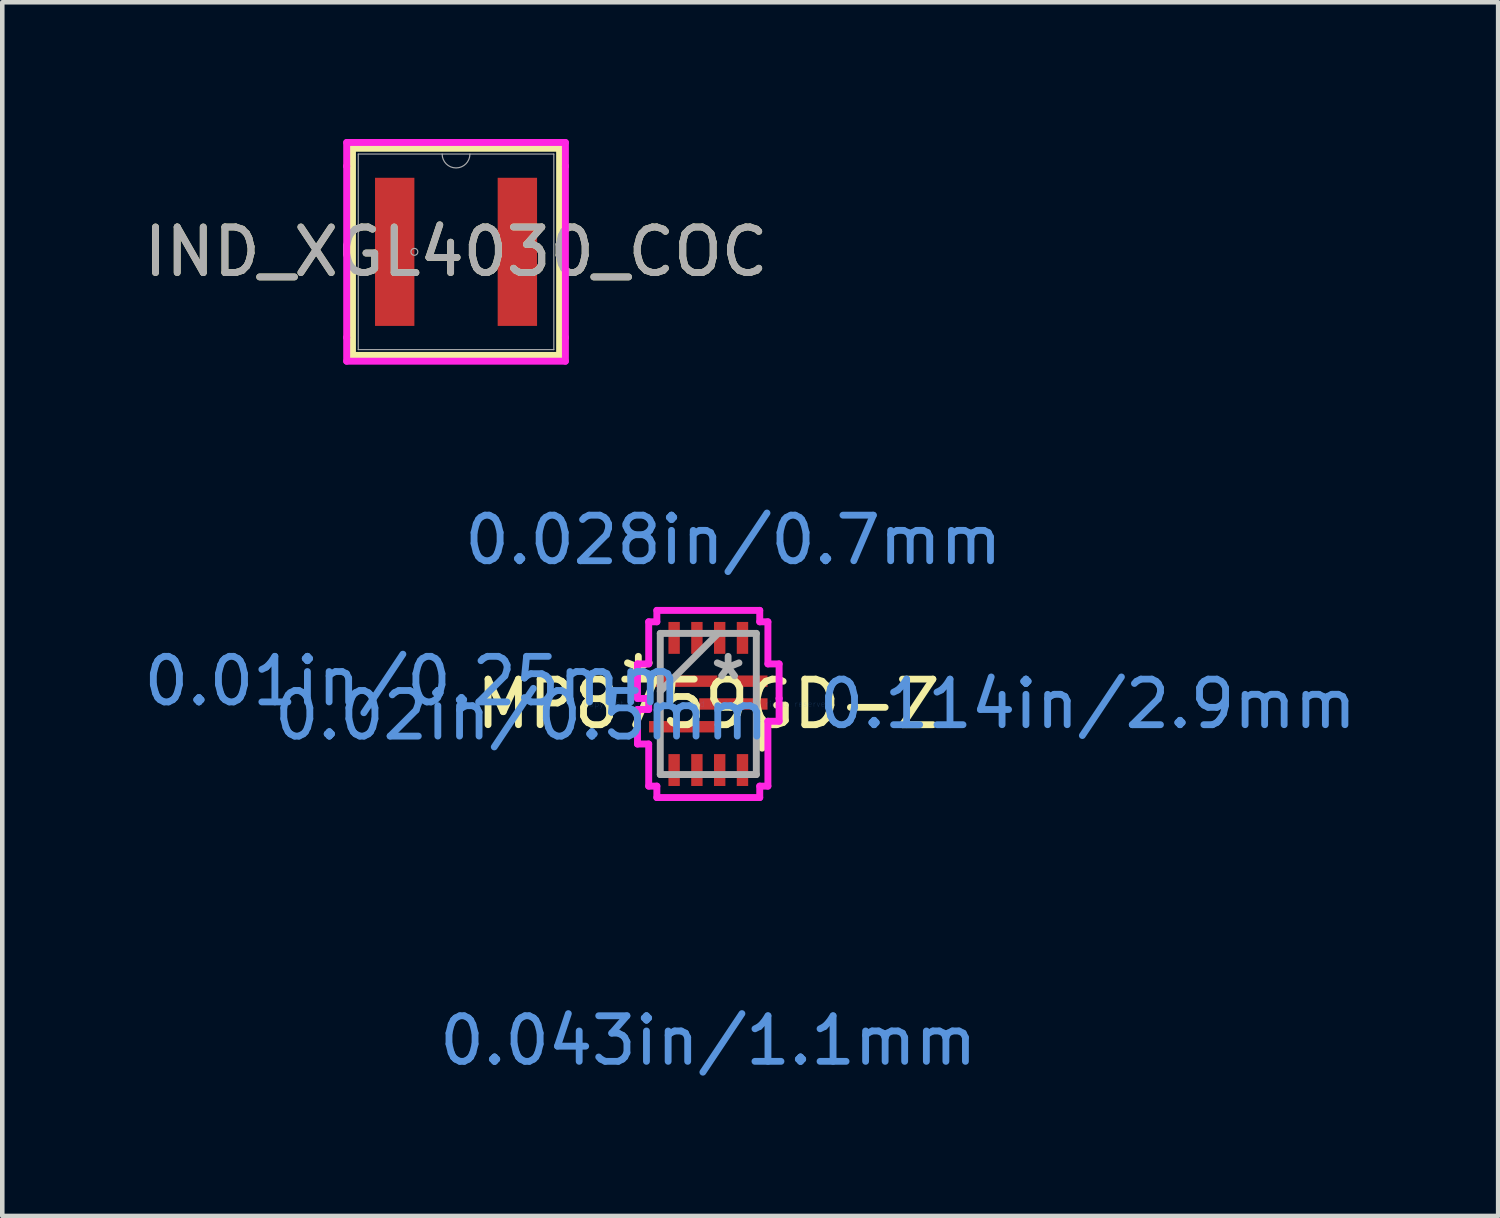
<source format=kicad_pcb>
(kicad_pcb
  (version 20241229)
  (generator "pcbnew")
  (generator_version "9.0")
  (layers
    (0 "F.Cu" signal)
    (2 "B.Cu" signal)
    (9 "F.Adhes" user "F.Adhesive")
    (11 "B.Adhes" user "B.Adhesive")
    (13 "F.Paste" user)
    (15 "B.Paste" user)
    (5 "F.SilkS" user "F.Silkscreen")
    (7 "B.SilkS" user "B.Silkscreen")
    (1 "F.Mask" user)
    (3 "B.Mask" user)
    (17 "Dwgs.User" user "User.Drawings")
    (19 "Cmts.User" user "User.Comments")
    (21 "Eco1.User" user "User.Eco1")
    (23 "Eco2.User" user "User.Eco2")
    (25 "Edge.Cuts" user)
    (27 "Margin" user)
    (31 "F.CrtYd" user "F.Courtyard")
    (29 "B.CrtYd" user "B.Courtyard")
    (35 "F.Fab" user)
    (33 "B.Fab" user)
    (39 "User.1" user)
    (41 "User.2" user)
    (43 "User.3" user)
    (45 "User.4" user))
  (footprint "MP8759GD-Z"
    (layer "F.Cu")
    (at 12.494 12.399)
    (property "Reference" "MP8759GD-Z" (at 0 0 0) (layer "F.SilkS") (effects (font (size 1 1) (thickness 0.15))))
    (attr through_hole)
    (fp_line (start 1.181 0.458) (end 1.181 0.97) (stroke (width 0.152) (type solid)) (layer "F.SilkS"))
    (fp_line (start -1.554 -0.879) (end -1.554 -0.121) (stroke (width 0.152) (type solid)) (layer "F.CrtYd"))
    (fp_line (start -1.554 -0.121) (end -1.308 -0.121) (stroke (width 0.152) (type solid)) (layer "F.CrtYd"))
    (fp_line (start -1.554 0.121) (end -1.554 0.879) (stroke (width 0.152) (type solid)) (layer "F.CrtYd"))
    (fp_line (start -1.554 0.879) (end -1.308 0.879) (stroke (width 0.152) (type solid)) (layer "F.CrtYd"))
    (fp_line (start -1.308 -1.803) (end -1.308 -0.879) (stroke (width 0.152) (type solid)) (layer "F.CrtYd"))
    (fp_line (start -1.308 -0.879) (end -1.554 -0.879) (stroke (width 0.152) (type solid)) (layer "F.CrtYd"))
    (fp_line (start -1.308 -0.121) (end -1.308 0.121) (stroke (width 0.152) (type solid)) (layer "F.CrtYd"))
    (fp_line (start -1.308 0.121) (end -1.554 0.121) (stroke (width 0.152) (type solid)) (layer "F.CrtYd"))
    (fp_line (start -1.308 0.879) (end -1.308 1.803) (stroke (width 0.152) (type solid)) (layer "F.CrtYd"))
    (fp_line (start -1.308 1.803) (end -1.129 1.803) (stroke (width 0.152) (type solid)) (layer "F.CrtYd"))
    (fp_line (start -1.129 -2.054) (end -1.129 -1.803) (stroke (width 0.152) (type solid)) (layer "F.CrtYd"))
    (fp_line (start -1.129 -1.803) (end -1.308 -1.803) (stroke (width 0.152) (type solid)) (layer "F.CrtYd"))
    (fp_line (start -1.129 1.803) (end -1.129 2.054) (stroke (width 0.152) (type solid)) (layer "F.CrtYd"))
    (fp_line (start -1.129 2.054) (end 1.129 2.054) (stroke (width 0.152) (type solid)) (layer "F.CrtYd"))
    (fp_line (start 1.129 -2.054) (end -1.129 -2.054) (stroke (width 0.152) (type solid)) (layer "F.CrtYd"))
    (fp_line (start 1.129 -1.803) (end 1.129 -2.054) (stroke (width 0.152) (type solid)) (layer "F.CrtYd"))
    (fp_line (start 1.129 1.803) (end 1.308 1.803) (stroke (width 0.152) (type solid)) (layer "F.CrtYd"))
    (fp_line (start 1.129 2.054) (end 1.129 1.803) (stroke (width 0.152) (type solid)) (layer "F.CrtYd"))
    (fp_line (start 1.308 -1.803) (end 1.129 -1.803) (stroke (width 0.152) (type solid)) (layer "F.CrtYd"))
    (fp_line (start 1.308 -0.879) (end 1.308 -1.803) (stroke (width 0.152) (type solid)) (layer "F.CrtYd"))
    (fp_line (start 1.308 0.379) (end 1.554 0.379) (stroke (width 0.152) (type solid)) (layer "F.CrtYd"))
    (fp_line (start 1.308 1.803) (end 1.308 0.379) (stroke (width 0.152) (type solid)) (layer "F.CrtYd"))
    (fp_line (start 1.554 -0.879) (end 1.308 -0.879) (stroke (width 0.152) (type solid)) (layer "F.CrtYd"))
    (fp_line (start 1.554 -0.121) (end 1.554 -0.879) (stroke (width 0.152) (type solid)) (layer "F.CrtYd"))
    (fp_line (start 1.554 -0.121) (end 1.554 -0.121) (stroke (width 0.152) (type solid)) (layer "F.CrtYd"))
    (fp_line (start 1.554 0.379) (end 1.554 -0.121) (stroke (width 0.152) (type solid)) (layer "F.CrtYd"))
    (fp_line (start -1.054 -1.549) (end -1.054 1.549) (stroke (width 0.152) (type solid)) (layer "F.Fab"))
    (fp_line (start -1.054 -0.279) (end 0.216 -1.549) (stroke (width 0.152) (type solid)) (layer "F.Fab"))
    (fp_line (start -1.054 1.549) (end 1.054 1.549) (stroke (width 0.152) (type solid)) (layer "F.Fab"))
    (fp_line (start 1.054 -1.549) (end -1.054 -1.549) (stroke (width 0.152) (type solid)) (layer "F.Fab"))
    (fp_line (start 1.054 1.549) (end 1.054 -1.549) (stroke (width 0.152) (type solid)) (layer "F.Fab"))
    (fp_text user "*" (at -1.535 -0.5 0) (layer "F.SilkS") (effects (font (size 1 1) (thickness 0.15))))
    (fp_text user "0.028in/0.7mm" (at 0.55 -3.598 0) (layer "Cmts.User") (effects (font (size 1 1) (thickness 0.15))))
    (fp_text user "0.01in/0.25mm" (at -6.488 -0.5 0) (layer "Cmts.User") (effects (font (size 1 1) (thickness 0.15))))
    (fp_text user "0.02in/0.5mm" (at -4.102 0.25 0) (layer "Cmts.User") (effects (font (size 1 1) (thickness 0.15))))
    (fp_text user "0.043in/1.1mm" (at 0 7.388 0) (layer "Cmts.User") (effects (font (size 1 1) (thickness 0.15))))
    (fp_text user "0.114in/2.9mm" (at 8.328 0 0) (layer "Cmts.User") (effects (font (size 1 1) (thickness 0.15))))
    (fp_text user "Copyright 2016 Accelerated Designs. All rights reserved." (at 0 0 0) (layer "Cmts.User") (effects (font (size 0.127 0.127) (thickness 0.002))))
    (fp_text user "*" (at 0.435 -0.5 0) (layer "F.Fab") (effects (font (size 1 1) (thickness 0.15))))
    (pad "1" smd rect (at -0.55 -0.5) (size 1.5 0.25) (layers "F.Cu" "F.Mask" "F.Paste"))
    (pad "2" smd rect (at -0.55 0.5) (size 1.5 0.25) (layers "F.Cu" "F.Mask" "F.Paste"))
    (pad "3" smd rect (at -0.75 1.45 90) (size 0.7 0.25) (layers "F.Cu" "F.Mask" "F.Paste"))
    (pad "4" smd rect (at -0.25 1.45 90) (size 0.7 0.25) (layers "F.Cu" "F.Mask" "F.Paste"))
    (pad "5" smd rect (at 0.25 1.45 90) (size 0.7 0.25) (layers "F.Cu" "F.Mask" "F.Paste"))
    (pad "6" smd rect (at 0.75 1.45 90) (size 0.7 0.25) (layers "F.Cu" "F.Mask" "F.Paste"))
    (pad "7" smd rect (at 0.55 0) (size 1.5 0.25) (layers "F.Cu" "F.Mask" "F.Paste"))
    (pad "8" smd rect (at 0.95 -0.5) (size 0.7 0.25) (layers "F.Cu" "F.Mask" "F.Paste"))
    (pad "9" smd rect (at 0.75 -1.45 90) (size 0.7 0.25) (layers "F.Cu" "F.Mask" "F.Paste"))
    (pad "10" smd rect (at 0.25 -1.45 90) (size 0.7 0.25) (layers "F.Cu" "F.Mask" "F.Paste"))
    (pad "11" smd rect (at -0.25 -1.45 90) (size 0.7 0.25) (layers "F.Cu" "F.Mask" "F.Paste"))
    (pad "12" smd rect (at -0.75 -1.45 90) (size 0.7 0.25) (layers "F.Cu" "F.Mask" "F.Paste")))
  (footprint "IND_XGL4030_COC"
    (layer "F.Cu")
    (at 6.958 2.477)
    (property "Reference" "IND_XGL4030_COC" (at 0 0 0) (unlocked yes) (layer "F.SilkS") (effects (font (size 1 1) (thickness 0.15))))
    (attr smd)
    (fp_line (start -2.273 -2.273) (end -2.273 2.273) (stroke (width 0.152) (type solid)) (layer "F.SilkS"))
    (fp_line (start -2.273 2.273) (end 2.273 2.273) (stroke (width 0.152) (type solid)) (layer "F.SilkS"))
    (fp_line (start 2.273 -2.273) (end -2.273 -2.273) (stroke (width 0.152) (type solid)) (layer "F.SilkS"))
    (fp_line (start 2.273 2.273) (end 2.273 -2.273) (stroke (width 0.152) (type solid)) (layer "F.SilkS"))
    (fp_line (start -2.4 -2.4) (end 2.4 -2.4) (stroke (width 0.152) (type solid)) (layer "F.CrtYd"))
    (fp_line (start -2.4 -1.88) (end -2.4 -2.4) (stroke (width 0.152) (type solid)) (layer "F.CrtYd"))
    (fp_line (start -2.4 -1.88) (end -2.4 -1.88) (stroke (width 0.152) (type solid)) (layer "F.CrtYd"))
    (fp_line (start -2.4 1.88) (end -2.4 -1.88) (stroke (width 0.152) (type solid)) (layer "F.CrtYd"))
    (fp_line (start -2.4 1.88) (end -2.4 1.88) (stroke (width 0.152) (type solid)) (layer "F.CrtYd"))
    (fp_line (start -2.4 2.4) (end -2.4 1.88) (stroke (width 0.152) (type solid)) (layer "F.CrtYd"))
    (fp_line (start 2.4 -2.4) (end 2.4 -1.88) (stroke (width 0.152) (type solid)) (layer "F.CrtYd"))
    (fp_line (start 2.4 -1.88) (end 2.4 -1.88) (stroke (width 0.152) (type solid)) (layer "F.CrtYd"))
    (fp_line (start 2.4 -1.88) (end 2.4 1.88) (stroke (width 0.152) (type solid)) (layer "F.CrtYd"))
    (fp_line (start 2.4 1.88) (end 2.4 1.88) (stroke (width 0.152) (type solid)) (layer "F.CrtYd"))
    (fp_line (start 2.4 1.88) (end 2.4 2.4) (stroke (width 0.152) (type solid)) (layer "F.CrtYd"))
    (fp_line (start 2.4 2.4) (end -2.4 2.4) (stroke (width 0.152) (type solid)) (layer "F.CrtYd"))
    (fp_line (start -2.146 -2.146) (end -2.146 2.146) (stroke (width 0.025) (type solid)) (layer "F.Fab"))
    (fp_line (start -2.146 2.146) (end 2.146 2.146) (stroke (width 0.025) (type solid)) (layer "F.Fab"))
    (fp_line (start 2.146 -2.146) (end -2.146 -2.146) (stroke (width 0.025) (type solid)) (layer "F.Fab"))
    (fp_line (start 2.146 2.146) (end 2.146 -2.146) (stroke (width 0.025) (type solid)) (layer "F.Fab"))
    (fp_arc (start 0.3048 -2.1463) (mid 0 -1.8415) (end -0.3048 -2.1463) (stroke (width 0.0254) (type solid)) (layer "F.Fab"))
    (fp_circle (center -0.914 0) (end -0.838 0) (stroke (width 0.025) (type solid)) (fill no) (layer "F.Fab"))
    (fp_text user "${REFERENCE}" (at 0 0 0) (unlocked yes) (layer "F.Fab") (effects (font (size 1 1) (thickness 0.15))))
    (pad "1" smd rect (at -1.346 0) (size 0.864 3.251) (layers "F.Cu" "F.Mask" "F.Paste"))
    (pad "2" smd rect (at 1.346 0) (size 0.864 3.251) (layers "F.Cu" "F.Mask" "F.Paste")))
  (gr_rect
    (start -3 -3)
    (end 29.828 23.635)
    (stroke (width 0.1) (type default))
    (fill no)
    (layer "Edge.Cuts")))
</source>
